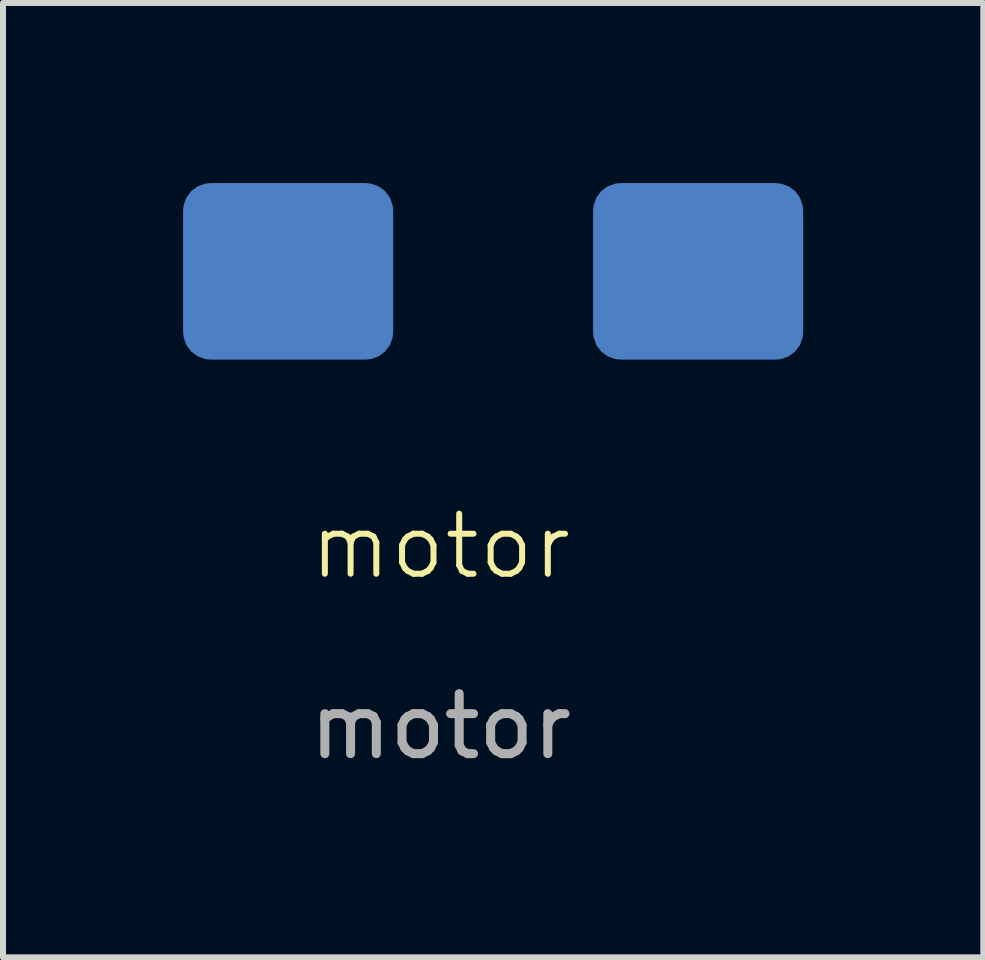
<source format=kicad_pcb>
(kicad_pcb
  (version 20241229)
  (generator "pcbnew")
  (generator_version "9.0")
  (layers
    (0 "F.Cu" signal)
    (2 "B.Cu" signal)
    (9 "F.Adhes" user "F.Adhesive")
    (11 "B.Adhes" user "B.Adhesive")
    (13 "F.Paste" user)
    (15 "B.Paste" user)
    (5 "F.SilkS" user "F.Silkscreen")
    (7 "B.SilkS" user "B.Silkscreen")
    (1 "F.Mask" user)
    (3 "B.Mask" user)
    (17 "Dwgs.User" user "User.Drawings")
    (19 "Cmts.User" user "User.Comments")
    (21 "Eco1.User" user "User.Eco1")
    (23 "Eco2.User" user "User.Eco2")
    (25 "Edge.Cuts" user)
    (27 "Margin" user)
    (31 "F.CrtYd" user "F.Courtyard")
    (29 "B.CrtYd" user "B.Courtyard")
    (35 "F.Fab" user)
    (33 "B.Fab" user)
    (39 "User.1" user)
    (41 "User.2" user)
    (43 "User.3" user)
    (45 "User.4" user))
  (footprint "motor"
    (layer "F.Cu")
    (at 4.29 6.55)
    (property "Reference" "motor" (at 0 -0.5 0) (unlocked yes) (layer "F.SilkS") (effects (font (size 1 1) (thickness 0.1))))
    (attr smd)
    (fp_text user "${REFERENCE}" (at 0 2.5 0) (unlocked yes) (layer "F.Fab") (effects (font (size 1 1) (thickness 0.15))))
    (pad "1" smd roundrect (at -2.54 -5.08) (size 3.5 2.94) (layers "F.Mask" "B.Cu" "F.Paste") (roundrect_rratio 0.156))
    (pad "2" smd roundrect (at 4.29 -5.08) (size 3.5 2.94) (layers "F.Mask" "B.Cu" "F.Paste") (roundrect_rratio 0.156)))
  (gr_rect
    (start -3 -3)
    (end 13.33 12.898)
    (stroke (width 0.1) (type default))
    (fill no)
    (layer "Edge.Cuts")))
</source>
